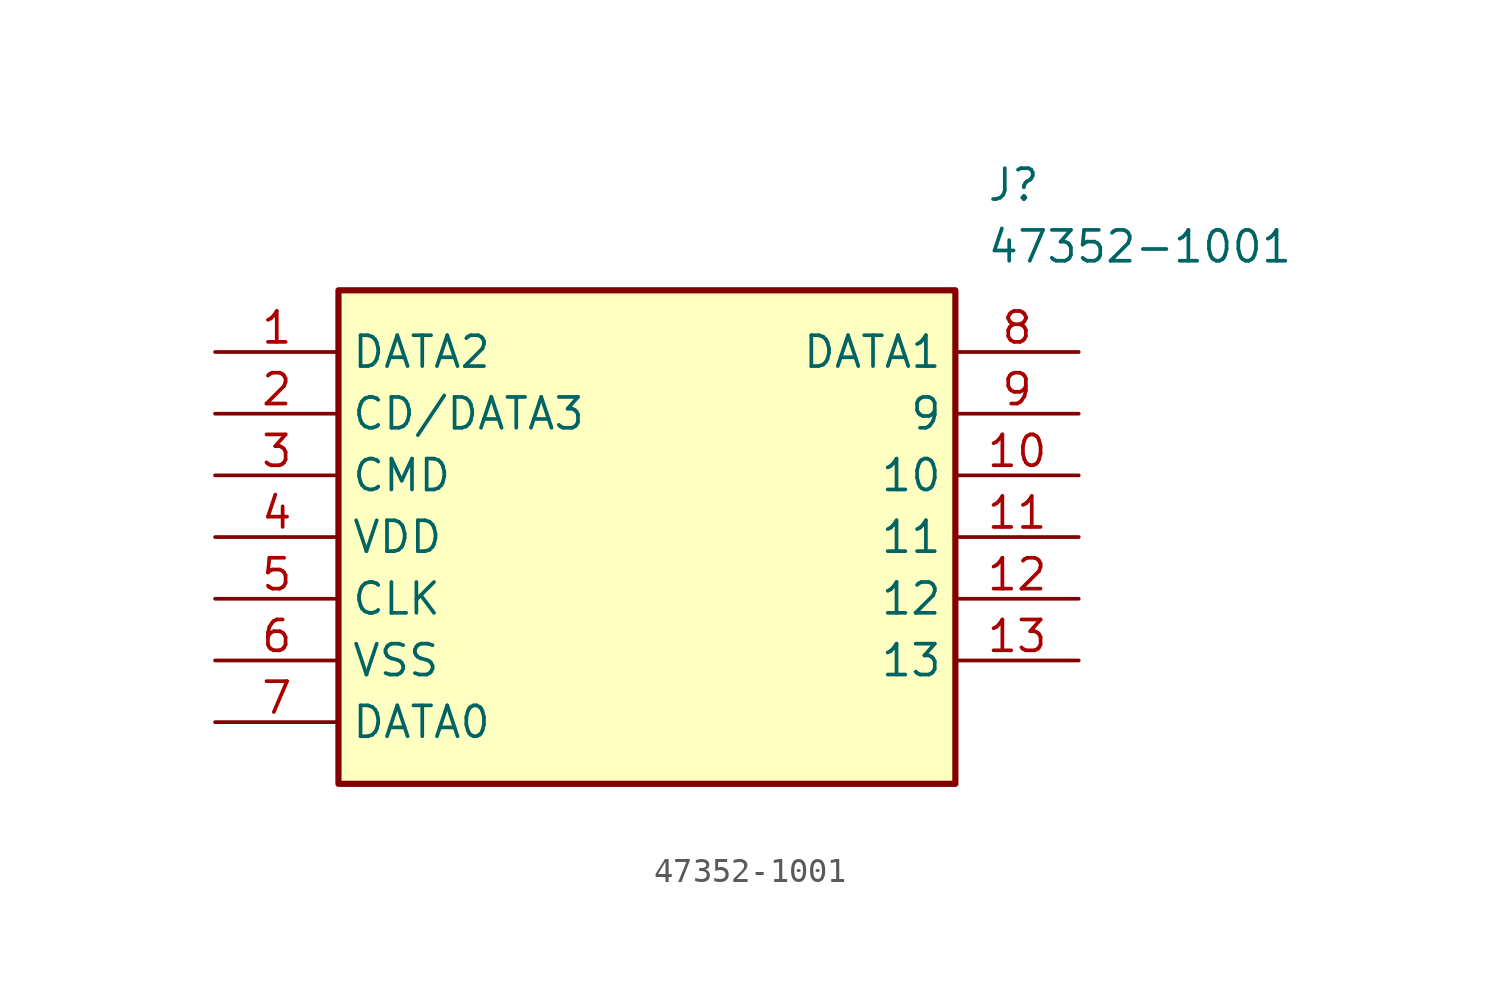
<source format=kicad_sym>
(kicad_symbol_lib
  (version 20211014)
  (generator SamacSys_ECAD_Model)
  (symbol "47352-1001"
    (property "Reference" "J"
      (at 31.75 7.62 0)
      (effects (font (size 1.27 1.27)) (justify left top)))
    (property "Value" "47352-1001"
      (at 31.75 5.08 0)
      (effects (font (size 1.27 1.27)) (justify left top)))
    (rectangle
      (start 5.08 2.54)
      (end 30.48 -17.78)
      (stroke (width 0.254) (type default))
      (fill (type background)))
    (pin passive line
      (at 0 0 0)
      (length 5.08)
      (name "DATA2" (effects (font (size 1.27 1.27))))
      (number "1" (effects (font (size 1.27 1.27)))))
    (pin passive line
      (at 0 -2.54 0)
      (length 5.08)
      (name "CD/DATA3" (effects (font (size 1.27 1.27))))
      (number "2" (effects (font (size 1.27 1.27)))))
    (pin passive line
      (at 0 -5.08 0)
      (length 5.08)
      (name "CMD" (effects (font (size 1.27 1.27))))
      (number "3" (effects (font (size 1.27 1.27)))))
    (pin passive line
      (at 0 -7.62 0)
      (length 5.08)
      (name "VDD" (effects (font (size 1.27 1.27))))
      (number "4" (effects (font (size 1.27 1.27)))))
    (pin passive line
      (at 0 -10.16 0)
      (length 5.08)
      (name "CLK" (effects (font (size 1.27 1.27))))
      (number "5" (effects (font (size 1.27 1.27)))))
    (pin passive line
      (at 0 -12.7 0)
      (length 5.08)
      (name "VSS" (effects (font (size 1.27 1.27))))
      (number "6" (effects (font (size 1.27 1.27)))))
    (pin passive line
      (at 0 -15.24 0)
      (length 5.08)
      (name "DATA0" (effects (font (size 1.27 1.27))))
      (number "7" (effects (font (size 1.27 1.27)))))
    (pin passive line
      (at 35.56 0 180)
      (length 5.08)
      (name "DATA1" (effects (font (size 1.27 1.27))))
      (number "8" (effects (font (size 1.27 1.27)))))
    (pin passive line
      (at 35.56 -2.54 180)
      (length 5.08)
      (name "9" (effects (font (size 1.27 1.27))))
      (number "9" (effects (font (size 1.27 1.27)))))
    (pin passive line
      (at 35.56 -5.08 180)
      (length 5.08)
      (name "10" (effects (font (size 1.27 1.27))))
      (number "10" (effects (font (size 1.27 1.27)))))
    (pin passive line
      (at 35.56 -7.62 180)
      (length 5.08)
      (name "11" (effects (font (size 1.27 1.27))))
      (number "11" (effects (font (size 1.27 1.27)))))
    (pin passive line
      (at 35.56 -10.16 180)
      (length 5.08)
      (name "12" (effects (font (size 1.27 1.27))))
      (number "12" (effects (font (size 1.27 1.27)))))
    (pin passive line
      (at 35.56 -12.7 180)
      (length 5.08)
      (name "13" (effects (font (size 1.27 1.27))))
      (number "13" (effects (font (size 1.27 1.27)))))))
</source>
